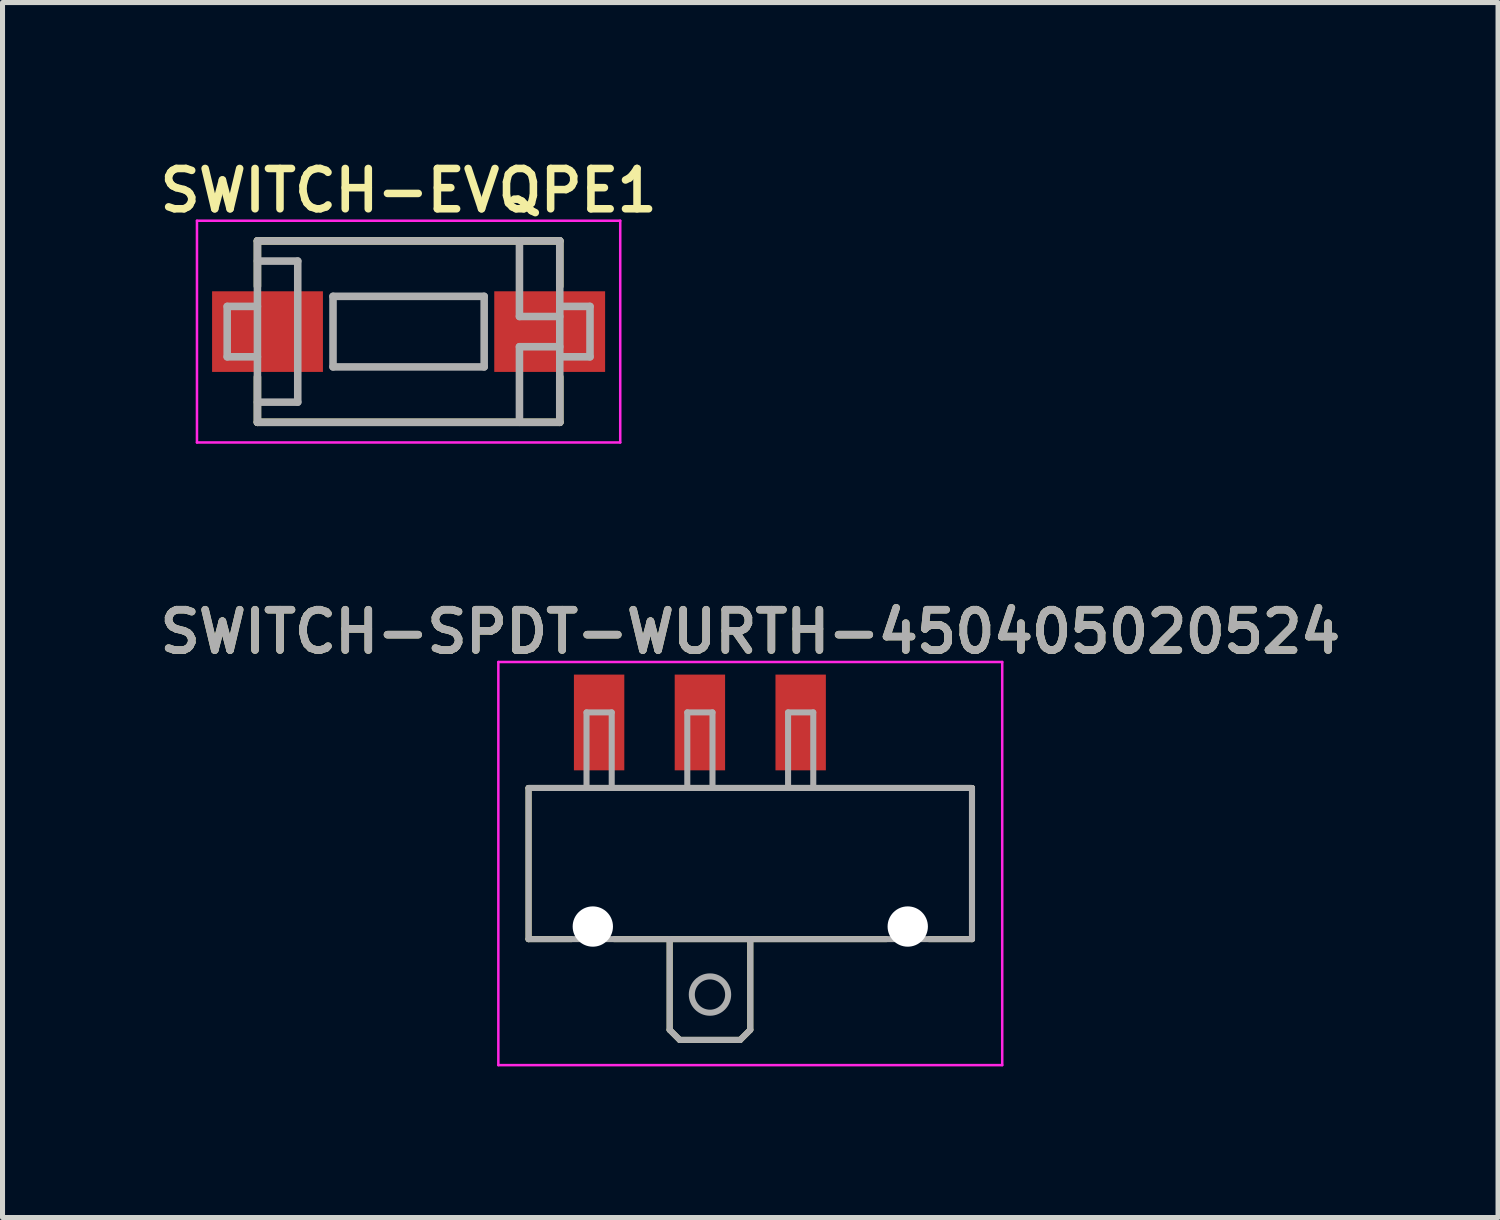
<source format=kicad_pcb>
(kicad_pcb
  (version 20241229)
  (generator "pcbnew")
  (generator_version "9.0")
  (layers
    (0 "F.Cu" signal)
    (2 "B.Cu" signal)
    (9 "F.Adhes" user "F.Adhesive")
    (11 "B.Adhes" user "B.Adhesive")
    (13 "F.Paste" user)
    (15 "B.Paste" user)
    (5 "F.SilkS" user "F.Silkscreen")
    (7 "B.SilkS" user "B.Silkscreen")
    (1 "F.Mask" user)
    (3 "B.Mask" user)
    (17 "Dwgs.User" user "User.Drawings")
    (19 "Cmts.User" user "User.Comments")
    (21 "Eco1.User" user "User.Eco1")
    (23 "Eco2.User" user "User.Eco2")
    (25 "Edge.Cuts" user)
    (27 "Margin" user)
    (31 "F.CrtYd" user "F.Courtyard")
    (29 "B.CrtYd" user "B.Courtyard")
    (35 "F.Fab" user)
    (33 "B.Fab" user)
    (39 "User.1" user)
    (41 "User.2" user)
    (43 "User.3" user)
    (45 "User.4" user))
  (footprint "SWITCH-EVQPE1"
    (layer "F.Cu")
    (at 5.059 3.531)
    (property "Reference" "SWITCH-EVQPE1" (at 0 -2.8 0) (layer "F.SilkS") (effects (font (size 0.8 0.8) (thickness 0.15))))
    (attr through_hole)
    (fp_line (start -3 -1.8) (end 3 -1.8) (stroke (width 0.15) (type solid)) (layer "F.SilkS"))
    (fp_line (start -3 -0.9) (end -3 -1.8) (stroke (width 0.15) (type solid)) (layer "F.SilkS"))
    (fp_line (start -3 0.9) (end -3 1.8) (stroke (width 0.15) (type solid)) (layer "F.SilkS"))
    (fp_line (start -3 1.8) (end 3 1.8) (stroke (width 0.15) (type solid)) (layer "F.SilkS"))
    (fp_line (start 3 -1.8) (end 3 -0.9) (stroke (width 0.15) (type solid)) (layer "F.SilkS"))
    (fp_line (start 3 1.8) (end 3 0.9) (stroke (width 0.15) (type solid)) (layer "F.SilkS"))
    (fp_line (start -4.2 -2.2) (end 4.2 -2.2) (stroke (width 0.05) (type solid)) (layer "F.CrtYd"))
    (fp_line (start -4.2 2.2) (end -4.2 -2.2) (stroke (width 0.05) (type solid)) (layer "F.CrtYd"))
    (fp_line (start 4.2 -2.2) (end 4.2 2.2) (stroke (width 0.05) (type solid)) (layer "F.CrtYd"))
    (fp_line (start 4.2 2.2) (end -4.2 2.2) (stroke (width 0.05) (type solid)) (layer "F.CrtYd"))
    (fp_line (start -3.6 -0.5) (end -3.6 0.5) (stroke (width 0.15) (type solid)) (layer "F.Fab"))
    (fp_line (start -3.6 0.5) (end -3 0.5) (stroke (width 0.15) (type solid)) (layer "F.Fab"))
    (fp_line (start -3 -1.8) (end 3 -1.8) (stroke (width 0.15) (type solid)) (layer "F.Fab"))
    (fp_line (start -3 -1.4) (end -2.2 -1.4) (stroke (width 0.15) (type solid)) (layer "F.Fab"))
    (fp_line (start -3 -0.5) (end -3.6 -0.5) (stroke (width 0.15) (type solid)) (layer "F.Fab"))
    (fp_line (start -3 1.8) (end -3 -1.8) (stroke (width 0.15) (type solid)) (layer "F.Fab"))
    (fp_line (start -2.2 -1.4) (end -2.2 1.4) (stroke (width 0.15) (type solid)) (layer "F.Fab"))
    (fp_line (start -2.2 1.4) (end -3 1.4) (stroke (width 0.15) (type solid)) (layer "F.Fab"))
    (fp_line (start -1.5 -0.7) (end -1.5 0.7) (stroke (width 0.15) (type solid)) (layer "F.Fab"))
    (fp_line (start -1.5 0.7) (end 1.5 0.7) (stroke (width 0.15) (type solid)) (layer "F.Fab"))
    (fp_line (start 1.5 -0.7) (end -1.5 -0.7) (stroke (width 0.15) (type solid)) (layer "F.Fab"))
    (fp_line (start 1.5 0.7) (end 1.5 -0.7) (stroke (width 0.15) (type solid)) (layer "F.Fab"))
    (fp_line (start 2.2 -1.8) (end 2.2 -0.3) (stroke (width 0.15) (type solid)) (layer "F.Fab"))
    (fp_line (start 2.2 -0.3) (end 3 -0.3) (stroke (width 0.15) (type solid)) (layer "F.Fab"))
    (fp_line (start 2.2 0.3) (end 3 0.3) (stroke (width 0.15) (type solid)) (layer "F.Fab"))
    (fp_line (start 2.2 1.8) (end 2.2 0.3) (stroke (width 0.15) (type solid)) (layer "F.Fab"))
    (fp_line (start 3 -1.8) (end 3 1.8) (stroke (width 0.15) (type solid)) (layer "F.Fab"))
    (fp_line (start 3 -0.5) (end 3.6 -0.5) (stroke (width 0.15) (type solid)) (layer "F.Fab"))
    (fp_line (start 3 1.8) (end -3 1.8) (stroke (width 0.15) (type solid)) (layer "F.Fab"))
    (fp_line (start 3.6 -0.5) (end 3.6 0.5) (stroke (width 0.15) (type solid)) (layer "F.Fab"))
    (fp_line (start 3.6 0.5) (end 3 0.5) (stroke (width 0.15) (type solid)) (layer "F.Fab"))
    (pad "1" smd rect (at -2.8 0) (size 2.2 1.6) (layers "F.Cu" "F.Mask" "F.Paste"))
    (pad "2" smd rect (at 2.8 0) (size 2.2 1.6) (layers "F.Cu" "F.Mask" "F.Paste")))
  (footprint "SWITCH-SPDT-WURTH-450405020524"
    (layer "F.Cu")
    (at 11.84 14.088)
    (property "Reference" "SWITCH-SPDT-WURTH-450405020524" (at 0 -4.6 0) (layer "F.SilkS") (effects (font (size 0.8 0.8) (thickness 0.15))))
    (attr smd)
    (fp_line (start -4.4 -1.5) (end 4.4 -1.5) (stroke (width 0.12) (type solid)) (layer "F.SilkS"))
    (fp_line (start -4.4 1.5) (end -4.4 -1.5) (stroke (width 0.12) (type solid)) (layer "F.SilkS"))
    (fp_line (start -3.55 1.5) (end -4.4 1.5) (stroke (width 0.12) (type solid)) (layer "F.SilkS"))
    (fp_line (start -1.6 1.5) (end -1.6 3.3) (stroke (width 0.12) (type solid)) (layer "F.SilkS"))
    (fp_line (start -1.6 3.3) (end -1.4 3.5) (stroke (width 0.12) (type solid)) (layer "F.SilkS"))
    (fp_line (start -1.4 3.5) (end -0.2 3.5) (stroke (width 0.12) (type solid)) (layer "F.SilkS"))
    (fp_line (start -0.2 3.5) (end 0 3.3) (stroke (width 0.12) (type solid)) (layer "F.SilkS"))
    (fp_line (start 0 3.3) (end 0 1.5) (stroke (width 0.12) (type solid)) (layer "F.SilkS"))
    (fp_line (start 2.7 1.5) (end -2.7 1.5) (stroke (width 0.12) (type solid)) (layer "F.SilkS"))
    (fp_line (start 4.4 -1.5) (end 4.4 1.5) (stroke (width 0.12) (type solid)) (layer "F.SilkS"))
    (fp_line (start 4.4 1.5) (end 3.55 1.5) (stroke (width 0.12) (type solid)) (layer "F.SilkS"))
    (fp_line (start -5 -4) (end 5 -4) (stroke (width 0.05) (type solid)) (layer "F.CrtYd"))
    (fp_line (start -5 4) (end -5 -4) (stroke (width 0.05) (type solid)) (layer "F.CrtYd"))
    (fp_line (start 5 -4) (end 5 4) (stroke (width 0.05) (type solid)) (layer "F.CrtYd"))
    (fp_line (start 5 4) (end -5 4) (stroke (width 0.05) (type solid)) (layer "F.CrtYd"))
    (fp_line (start -4.4 -1.5) (end -4.4 1.5) (stroke (width 0.12) (type solid)) (layer "F.Fab"))
    (fp_line (start -4.4 1.5) (end 4.4 1.5) (stroke (width 0.12) (type solid)) (layer "F.Fab"))
    (fp_line (start -3.25 -3) (end -2.75 -3) (stroke (width 0.12) (type solid)) (layer "F.Fab"))
    (fp_line (start -3.25 -1.5) (end -3.25 -3) (stroke (width 0.12) (type solid)) (layer "F.Fab"))
    (fp_line (start -2.75 -3) (end -2.75 -1.5) (stroke (width 0.12) (type solid)) (layer "F.Fab"))
    (fp_line (start -1.6 1.5) (end -1.6 3.3) (stroke (width 0.12) (type solid)) (layer "F.Fab"))
    (fp_line (start -1.6 3.3) (end -1.4 3.5) (stroke (width 0.12) (type solid)) (layer "F.Fab"))
    (fp_line (start -1.4 3.5) (end -0.2 3.5) (stroke (width 0.12) (type solid)) (layer "F.Fab"))
    (fp_line (start -1.25 -3) (end -0.75 -3) (stroke (width 0.12) (type solid)) (layer "F.Fab"))
    (fp_line (start -1.25 -1.5) (end -1.25 -3) (stroke (width 0.12) (type solid)) (layer "F.Fab"))
    (fp_line (start -0.75 -3) (end -0.75 -1.5) (stroke (width 0.12) (type solid)) (layer "F.Fab"))
    (fp_line (start -0.2 3.5) (end 0 3.3) (stroke (width 0.12) (type solid)) (layer "F.Fab"))
    (fp_line (start 0 3.3) (end 0 1.5) (stroke (width 0.12) (type solid)) (layer "F.Fab"))
    (fp_line (start 0.75 -3) (end 1.25 -3) (stroke (width 0.12) (type solid)) (layer "F.Fab"))
    (fp_line (start 0.75 -1.5) (end 0.75 -3) (stroke (width 0.12) (type solid)) (layer "F.Fab"))
    (fp_line (start 1.25 -3) (end 1.25 -1.5) (stroke (width 0.12) (type solid)) (layer "F.Fab"))
    (fp_line (start 4.4 -1.5) (end -4.4 -1.5) (stroke (width 0.12) (type solid)) (layer "F.Fab"))
    (fp_line (start 4.4 1.5) (end 4.4 -1.5) (stroke (width 0.12) (type solid)) (layer "F.Fab"))
    (fp_circle (center -0.8 2.6) (end -0.5 2.8) (stroke (width 0.12) (type solid)) (fill no) (layer "F.Fab"))
    (fp_text user "${REFERENCE}" (at 0 -4.6 0) (layer "F.Fab") (effects (font (size 0.8 0.8) (thickness 0.15))))
    (pad "" np_thru_hole circle (at -3.125 1.25) (size 0.8 0.8) (drill 0.8) (layers "*.Cu" "*.Mask"))
    (pad "" np_thru_hole circle (at 3.125 1.25) (size 0.8 0.8) (drill 0.8) (layers "*.Cu" "*.Mask"))
    (pad "1" smd rect (at -3 -2.8 180) (size 1 1.9) (layers "F.Cu" "F.Mask" "F.Paste"))
    (pad "2" smd rect (at -1 -2.8 180) (size 1 1.9) (layers "F.Cu" "F.Mask" "F.Paste"))
    (pad "3" smd rect (at 1 -2.8 180) (size 1 1.9) (layers "F.Cu" "F.Mask" "F.Paste")))
  (gr_rect
    (start -3 -3)
    (end 26.68 21.113)
    (stroke (width 0.1) (type default))
    (fill no)
    (layer "Edge.Cuts")))
</source>
